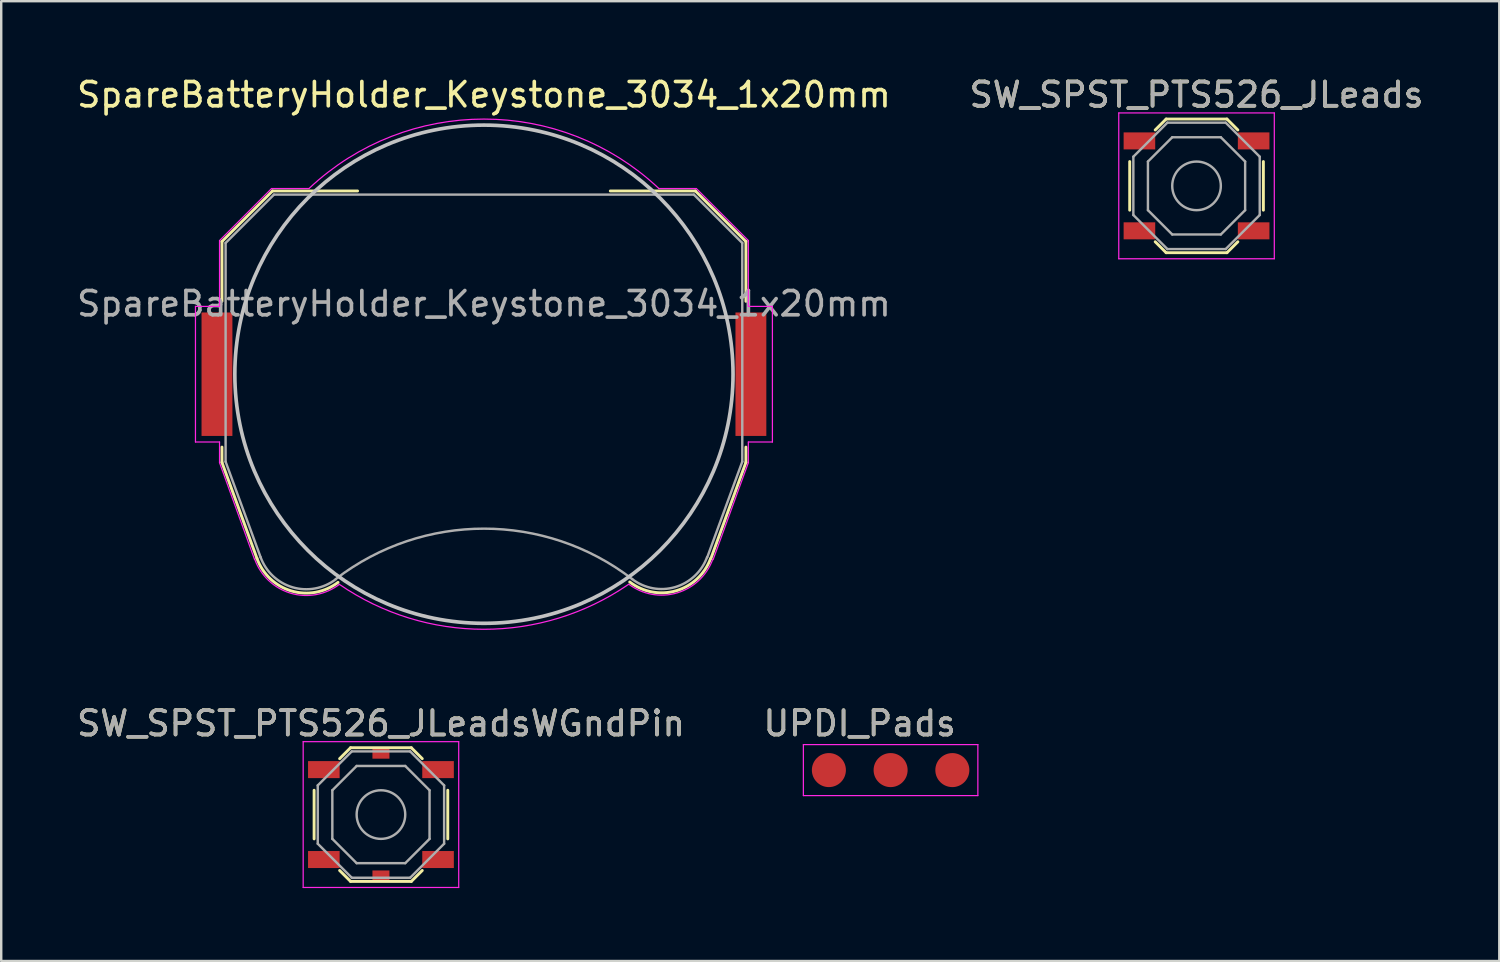
<source format=kicad_pcb>
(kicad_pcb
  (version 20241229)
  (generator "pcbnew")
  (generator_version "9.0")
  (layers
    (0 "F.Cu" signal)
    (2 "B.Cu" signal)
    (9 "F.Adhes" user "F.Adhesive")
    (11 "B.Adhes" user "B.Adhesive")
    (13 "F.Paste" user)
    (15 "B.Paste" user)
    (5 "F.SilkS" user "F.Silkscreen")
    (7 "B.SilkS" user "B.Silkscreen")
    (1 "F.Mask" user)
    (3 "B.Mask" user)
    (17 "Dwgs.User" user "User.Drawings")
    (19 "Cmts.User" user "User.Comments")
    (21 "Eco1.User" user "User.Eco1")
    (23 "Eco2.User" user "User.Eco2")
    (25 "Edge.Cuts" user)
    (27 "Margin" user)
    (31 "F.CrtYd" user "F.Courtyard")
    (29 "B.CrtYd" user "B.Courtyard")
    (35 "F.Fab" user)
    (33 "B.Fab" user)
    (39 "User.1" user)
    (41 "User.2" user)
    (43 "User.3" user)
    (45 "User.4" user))
  (footprint "SW_SPST_PTS526_JLeadsWGndPin"
    (layer "F.Cu")
    (at 12.625 30.468)
    (property "Reference" "SW_SPST_PTS526_JLeadsWGndPin" (at 0 -3.75 0) (layer "F.SilkS") (effects (font (size 1 1) (thickness 0.15))))
    (attr smd)
    (fp_line (start -2.75 -1) (end -2.75 1) (stroke (width 0.12) (type solid)) (layer "F.SilkS"))
    (fp_line (start -1.7 -2.3) (end -1.25 -2.75) (stroke (width 0.12) (type solid)) (layer "F.SilkS"))
    (fp_line (start -1.7 2.3) (end -1.25 2.75) (stroke (width 0.12) (type solid)) (layer "F.SilkS"))
    (fp_line (start -1.25 -2.75) (end 1.25 -2.75) (stroke (width 0.12) (type solid)) (layer "F.SilkS"))
    (fp_line (start -1.25 2.75) (end 1.25 2.75) (stroke (width 0.12) (type solid)) (layer "F.SilkS"))
    (fp_line (start 1.7 -2.3) (end 1.25 -2.75) (stroke (width 0.12) (type solid)) (layer "F.SilkS"))
    (fp_line (start 1.7 2.3) (end 1.25 2.75) (stroke (width 0.12) (type solid)) (layer "F.SilkS"))
    (fp_line (start 2.75 -1) (end 2.75 1) (stroke (width 0.12) (type solid)) (layer "F.SilkS"))
    (fp_line (start -3.2 -3) (end 3.2 -3) (stroke (width 0.05) (type solid)) (layer "F.CrtYd"))
    (fp_line (start -3.2 3) (end -3.2 -3) (stroke (width 0.05) (type solid)) (layer "F.CrtYd"))
    (fp_line (start 3.2 -3) (end 3.2 3) (stroke (width 0.05) (type solid)) (layer "F.CrtYd"))
    (fp_line (start 3.2 3) (end -3.2 3) (stroke (width 0.05) (type solid)) (layer "F.CrtYd"))
    (fp_line (start -2.6 -1.2) (end -2.6 1.2) (stroke (width 0.1) (type solid)) (layer "F.Fab"))
    (fp_line (start -2.6 1.2) (end -1.2 2.6) (stroke (width 0.1) (type solid)) (layer "F.Fab"))
    (fp_line (start -2 -1) (end -1 -2) (stroke (width 0.1) (type solid)) (layer "F.Fab"))
    (fp_line (start -2 1) (end -2 -1) (stroke (width 0.1) (type solid)) (layer "F.Fab"))
    (fp_line (start -1.2 -2.6) (end -2.6 -1.2) (stroke (width 0.1) (type solid)) (layer "F.Fab"))
    (fp_line (start -1.2 2.6) (end 1.2 2.6) (stroke (width 0.1) (type solid)) (layer "F.Fab"))
    (fp_line (start -1 -2) (end 1 -2) (stroke (width 0.1) (type solid)) (layer "F.Fab"))
    (fp_line (start -1 2) (end -2 1) (stroke (width 0.1) (type solid)) (layer "F.Fab"))
    (fp_line (start 1 -2) (end 2 -1) (stroke (width 0.1) (type solid)) (layer "F.Fab"))
    (fp_line (start 1 2) (end -1 2) (stroke (width 0.1) (type solid)) (layer "F.Fab"))
    (fp_line (start 1.2 -2.6) (end -1.2 -2.6) (stroke (width 0.1) (type solid)) (layer "F.Fab"))
    (fp_line (start 1.2 2.6) (end 2.6 1.2) (stroke (width 0.1) (type solid)) (layer "F.Fab"))
    (fp_line (start 2 -1) (end 2 1) (stroke (width 0.1) (type solid)) (layer "F.Fab"))
    (fp_line (start 2 1) (end 1 2) (stroke (width 0.1) (type solid)) (layer "F.Fab"))
    (fp_line (start 2.6 -1.2) (end 1.2 -2.6) (stroke (width 0.1) (type solid)) (layer "F.Fab"))
    (fp_line (start 2.6 1.2) (end 2.6 -1.2) (stroke (width 0.1) (type solid)) (layer "F.Fab"))
    (fp_circle (center 0 0) (end 1 0) (stroke (width 0.1) (type solid)) (fill no) (layer "F.Fab"))
    (fp_text user "${REFERENCE}" (at 0 -3.75 0) (layer "F.Fab") (effects (font (size 1 1) (thickness 0.15))))
    (pad "1" smd rect (at -2.35 -1.85) (size 1.3 0.7) (layers "F.Cu" "F.Mask" "F.Paste"))
    (pad "1" smd rect (at 2.35 -1.85) (size 1.3 0.7) (layers "F.Cu" "F.Mask" "F.Paste"))
    (pad "2" smd rect (at -2.35 1.85) (size 1.3 0.7) (layers "F.Cu" "F.Mask" "F.Paste"))
    (pad "2" smd rect (at 2.35 1.85) (size 1.3 0.7) (layers "F.Cu" "F.Mask" "F.Paste"))
    (pad "3" smd rect (at 0 -2.5) (size 0.7 0.4) (layers "F.Cu" "F.Mask" "F.Paste"))
    (pad "3" smd rect (at 0 2.5) (size 0.7 0.4) (layers "F.Cu" "F.Mask" "F.Paste")))
  (footprint "UPDI_Pads"
    (layer "F.Cu")
    (at 31.057 28.638)
    (property "Reference" "UPDI_Pads" (at 1.27 -1.92 0) (layer "F.SilkS") (effects (font (size 1 1) (thickness 0.15))))
    (attr through_hole)
    (fp_line (start -1.05 -1.05) (end -1.05 1.05) (stroke (width 0.05) (type solid)) (layer "F.CrtYd"))
    (fp_line (start -1.05 1.05) (end 6.13 1.05) (stroke (width 0.05) (type solid)) (layer "F.CrtYd"))
    (fp_line (start 6.13 -1.05) (end -1.05 -1.05) (stroke (width 0.05) (type solid)) (layer "F.CrtYd"))
    (fp_line (start 6.13 1.05) (end 6.13 -1.05) (stroke (width 0.05) (type solid)) (layer "F.CrtYd"))
    (fp_text user "${REFERENCE}" (at 1.27 -1.92 0) (layer "F.Fab") (effects (font (size 1 1) (thickness 0.15))))
    (pad "1" smd circle (at 0 0) (size 1.4 1.4) (layers "F.Cu" "F.Mask"))
    (pad "2" smd circle (at 2.54 0) (size 1.4 1.4) (layers "F.Cu" "F.Mask"))
    (pad "3" smd circle (at 5.08 0) (size 1.4 1.4) (layers "F.Cu" "F.Mask")))
  (footprint "SpareBatteryHolder_Keystone_3034_1x20mm"
    (layer "F.Cu")
    (at 16.863 12.348)
    (property "Reference" "SpareBatteryHolder_Keystone_3034_1x20mm" (at 0 -11.5 0) (layer "F.SilkS") (effects (font (size 1 1) (thickness 0.15))))
    (attr smd)
    (fp_line (start -10.78 -5.46) (end -10.78 -3) (stroke (width 0.12) (type solid)) (layer "F.SilkS"))
    (fp_line (start -10.78 3) (end -10.78 3.63) (stroke (width 0.12) (type solid)) (layer "F.SilkS"))
    (fp_line (start -10.78 3.63) (end -9.34 7.58) (stroke (width 0.12) (type solid)) (layer "F.SilkS"))
    (fp_line (start -8.7 -7.54) (end -10.78 -5.46) (stroke (width 0.12) (type solid)) (layer "F.SilkS"))
    (fp_line (start -5.2 -7.54) (end -8.7 -7.54) (stroke (width 0.12) (type solid)) (layer "F.SilkS"))
    (fp_line (start 8.7 -7.54) (end 5.2 -7.54) (stroke (width 0.12) (type solid)) (layer "F.SilkS"))
    (fp_line (start 8.7 -7.54) (end 10.78 -5.46) (stroke (width 0.12) (type solid)) (layer "F.SilkS"))
    (fp_line (start 10.78 -5.46) (end 10.78 -3) (stroke (width 0.12) (type solid)) (layer "F.SilkS"))
    (fp_line (start 10.78 3) (end 10.78 3.63) (stroke (width 0.12) (type solid)) (layer "F.SilkS"))
    (fp_line (start 10.78 3.63) (end 9.34 7.58) (stroke (width 0.12) (type solid)) (layer "F.SilkS"))
    (fp_arc (start -6.003354 8.56653) (mid -7.921654 8.918738) (end -9.34 7.58) (stroke (width 0.12) (type solid)) (layer "F.SilkS"))
    (fp_arc (start 9.325243 7.588169) (mid 7.90634 8.911668) (end 6 8.55) (stroke (width 0.12) (type solid)) (layer "F.SilkS"))
    (fp_circle (center 0 0) (end 0 10.25) (stroke (width 0.15) (type solid)) (fill no) (layer "Dwgs.User"))
    (fp_line (start -11.87 -2.79) (end -11.87 2.79) (stroke (width 0.05) (type solid)) (layer "F.CrtYd"))
    (fp_line (start -11.87 2.79) (end -10.88 2.79) (stroke (width 0.05) (type solid)) (layer "F.CrtYd"))
    (fp_line (start -10.88 -5.5) (end -10.88 -2.79) (stroke (width 0.05) (type solid)) (layer "F.CrtYd"))
    (fp_line (start -10.88 -2.79) (end -11.87 -2.79) (stroke (width 0.05) (type solid)) (layer "F.CrtYd"))
    (fp_line (start -10.88 2.79) (end -10.88 3.64) (stroke (width 0.05) (type solid)) (layer "F.CrtYd"))
    (fp_line (start -10.88 3.64) (end -9.44 7.62) (stroke (width 0.05) (type solid)) (layer "F.CrtYd"))
    (fp_line (start -8.74 -7.64) (end -10.88 -5.5) (stroke (width 0.05) (type solid)) (layer "F.CrtYd"))
    (fp_line (start -7.2 -7.64) (end -8.74 -7.64) (stroke (width 0.05) (type solid)) (layer "F.CrtYd"))
    (fp_line (start 8.74 -7.64) (end 7.2 -7.64) (stroke (width 0.05) (type solid)) (layer "F.CrtYd"))
    (fp_line (start 9.43 7.63) (end 10.88 3.64) (stroke (width 0.05) (type solid)) (layer "F.CrtYd"))
    (fp_line (start 10.88 -5.5) (end 8.74 -7.64) (stroke (width 0.05) (type solid)) (layer "F.CrtYd"))
    (fp_line (start 10.88 -2.79) (end 10.88 -5.5) (stroke (width 0.05) (type solid)) (layer "F.CrtYd"))
    (fp_line (start 10.88 2.79) (end 11.87 2.79) (stroke (width 0.05) (type solid)) (layer "F.CrtYd"))
    (fp_line (start 10.88 3.64) (end 10.88 2.79) (stroke (width 0.05) (type solid)) (layer "F.CrtYd"))
    (fp_line (start 11.87 -2.79) (end 10.88 -2.79) (stroke (width 0.05) (type solid)) (layer "F.CrtYd"))
    (fp_line (start 11.87 2.79) (end 11.87 -2.79) (stroke (width 0.05) (type solid)) (layer "F.CrtYd"))
    (fp_arc (start -7.199546 -7.640427) (mid 0.000312 -10.498075) (end 7.2 -7.64) (stroke (width 0.05) (type solid)) (layer "F.CrtYd"))
    (fp_arc (start -5.956965 8.654604) (mid -7.953941 9.011629) (end -9.43 7.62) (stroke (width 0.05) (type solid)) (layer "F.CrtYd"))
    (fp_arc (start 5.945368 8.650075) (mid -0.008883 10.496243) (end -5.96 8.64) (stroke (width 0.05) (type solid)) (layer "F.CrtYd"))
    (fp_arc (start 9.415144 7.621341) (mid 7.944017 9.000493) (end 5.96 8.64) (stroke (width 0.05) (type solid)) (layer "F.CrtYd"))
    (fp_line (start -10.63 -5.4) (end -8.64 -7.39) (stroke (width 0.1) (type solid)) (layer "F.Fab"))
    (fp_line (start -10.63 3.6) (end -10.63 -5.4) (stroke (width 0.1) (type solid)) (layer "F.Fab"))
    (fp_line (start -9.19 7.53) (end -10.63 3.6) (stroke (width 0.1) (type solid)) (layer "F.Fab"))
    (fp_line (start -8.64 -7.39) (end 8.64 -7.39) (stroke (width 0.1) (type solid)) (layer "F.Fab"))
    (fp_line (start 8.64 -7.39) (end 10.63 -5.4) (stroke (width 0.1) (type solid)) (layer "F.Fab"))
    (fp_line (start 10.63 -5.4) (end 10.63 3.6) (stroke (width 0.1) (type solid)) (layer "F.Fab"))
    (fp_line (start 10.63 3.6) (end 9.19 7.53) (stroke (width 0.1) (type solid)) (layer "F.Fab"))
    (fp_arc (start -6.096146 8.438508) (mid -7.87328 8.768206) (end -9.19 7.53) (stroke (width 0.1) (type solid)) (layer "F.Fab"))
    (fp_arc (start -6.094852 8.426043) (mid 0.003247 6.355257) (end 6.1 8.43) (stroke (width 0.1) (type solid)) (layer "F.Fab"))
    (fp_arc (start 9.180727 7.528882) (mid 7.868698 8.760067) (end 6.1 8.43) (stroke (width 0.1) (type solid)) (layer "F.Fab"))
    (fp_text user "${REFERENCE}" (at 0 -2.9 0) (layer "F.Fab") (effects (font (size 1 1) (thickness 0.15))))
    (pad "1" smd rect (at -10.985 0) (size 1.27 5.08) (layers "F.Cu" "F.Mask" "F.Paste"))
    (pad "1" smd rect (at 10.985 0) (size 1.27 5.08) (layers "F.Cu" "F.Mask" "F.Paste")))
  (footprint "SW_SPST_PTS526_JLeads"
    (layer "F.Cu")
    (at 46.185 4.598)
    (property "Reference" "SW_SPST_PTS526_JLeads" (at 0 -3.75 0) (layer "F.SilkS") (effects (font (size 1 1) (thickness 0.15))))
    (attr smd)
    (fp_line (start -2.75 -1) (end -2.75 1) (stroke (width 0.12) (type solid)) (layer "F.SilkS"))
    (fp_line (start -1.7 -2.3) (end -1.25 -2.75) (stroke (width 0.12) (type solid)) (layer "F.SilkS"))
    (fp_line (start -1.7 2.3) (end -1.25 2.75) (stroke (width 0.12) (type solid)) (layer "F.SilkS"))
    (fp_line (start -1.25 -2.75) (end 1.25 -2.75) (stroke (width 0.12) (type solid)) (layer "F.SilkS"))
    (fp_line (start -1.25 2.75) (end 1.25 2.75) (stroke (width 0.12) (type solid)) (layer "F.SilkS"))
    (fp_line (start 1.7 -2.3) (end 1.25 -2.75) (stroke (width 0.12) (type solid)) (layer "F.SilkS"))
    (fp_line (start 1.7 2.3) (end 1.25 2.75) (stroke (width 0.12) (type solid)) (layer "F.SilkS"))
    (fp_line (start 2.75 -1) (end 2.75 1) (stroke (width 0.12) (type solid)) (layer "F.SilkS"))
    (fp_line (start -3.2 -3) (end 3.2 -3) (stroke (width 0.05) (type solid)) (layer "F.CrtYd"))
    (fp_line (start -3.2 3) (end -3.2 -3) (stroke (width 0.05) (type solid)) (layer "F.CrtYd"))
    (fp_line (start 3.2 -3) (end 3.2 3) (stroke (width 0.05) (type solid)) (layer "F.CrtYd"))
    (fp_line (start 3.2 3) (end -3.2 3) (stroke (width 0.05) (type solid)) (layer "F.CrtYd"))
    (fp_line (start -2.6 -1.2) (end -2.6 1.2) (stroke (width 0.1) (type solid)) (layer "F.Fab"))
    (fp_line (start -2.6 1.2) (end -1.2 2.6) (stroke (width 0.1) (type solid)) (layer "F.Fab"))
    (fp_line (start -2 -1) (end -1 -2) (stroke (width 0.1) (type solid)) (layer "F.Fab"))
    (fp_line (start -2 1) (end -2 -1) (stroke (width 0.1) (type solid)) (layer "F.Fab"))
    (fp_line (start -1.2 -2.6) (end -2.6 -1.2) (stroke (width 0.1) (type solid)) (layer "F.Fab"))
    (fp_line (start -1.2 2.6) (end 1.2 2.6) (stroke (width 0.1) (type solid)) (layer "F.Fab"))
    (fp_line (start -1 -2) (end 1 -2) (stroke (width 0.1) (type solid)) (layer "F.Fab"))
    (fp_line (start -1 2) (end -2 1) (stroke (width 0.1) (type solid)) (layer "F.Fab"))
    (fp_line (start 1 -2) (end 2 -1) (stroke (width 0.1) (type solid)) (layer "F.Fab"))
    (fp_line (start 1 2) (end -1 2) (stroke (width 0.1) (type solid)) (layer "F.Fab"))
    (fp_line (start 1.2 -2.6) (end -1.2 -2.6) (stroke (width 0.1) (type solid)) (layer "F.Fab"))
    (fp_line (start 1.2 2.6) (end 2.6 1.2) (stroke (width 0.1) (type solid)) (layer "F.Fab"))
    (fp_line (start 2 -1) (end 2 1) (stroke (width 0.1) (type solid)) (layer "F.Fab"))
    (fp_line (start 2 1) (end 1 2) (stroke (width 0.1) (type solid)) (layer "F.Fab"))
    (fp_line (start 2.6 -1.2) (end 1.2 -2.6) (stroke (width 0.1) (type solid)) (layer "F.Fab"))
    (fp_line (start 2.6 1.2) (end 2.6 -1.2) (stroke (width 0.1) (type solid)) (layer "F.Fab"))
    (fp_circle (center 0 0) (end 1 0) (stroke (width 0.1) (type solid)) (fill no) (layer "F.Fab"))
    (fp_text user "${REFERENCE}" (at 0 -3.75 0) (layer "F.Fab") (effects (font (size 1 1) (thickness 0.15))))
    (pad "1" smd rect (at -2.35 -1.85) (size 1.3 0.7) (layers "F.Cu" "F.Mask" "F.Paste"))
    (pad "1" smd rect (at 2.35 -1.85) (size 1.3 0.7) (layers "F.Cu" "F.Mask" "F.Paste"))
    (pad "2" smd rect (at -2.35 1.85) (size 1.3 0.7) (layers "F.Cu" "F.Mask" "F.Paste"))
    (pad "2" smd rect (at 2.35 1.85) (size 1.3 0.7) (layers "F.Cu" "F.Mask" "F.Paste")))
  (gr_rect
    (start -3 -3)
    (end 58.643 36.493)
    (stroke (width 0.1) (type default))
    (fill no)
    (layer "Edge.Cuts")))
</source>
